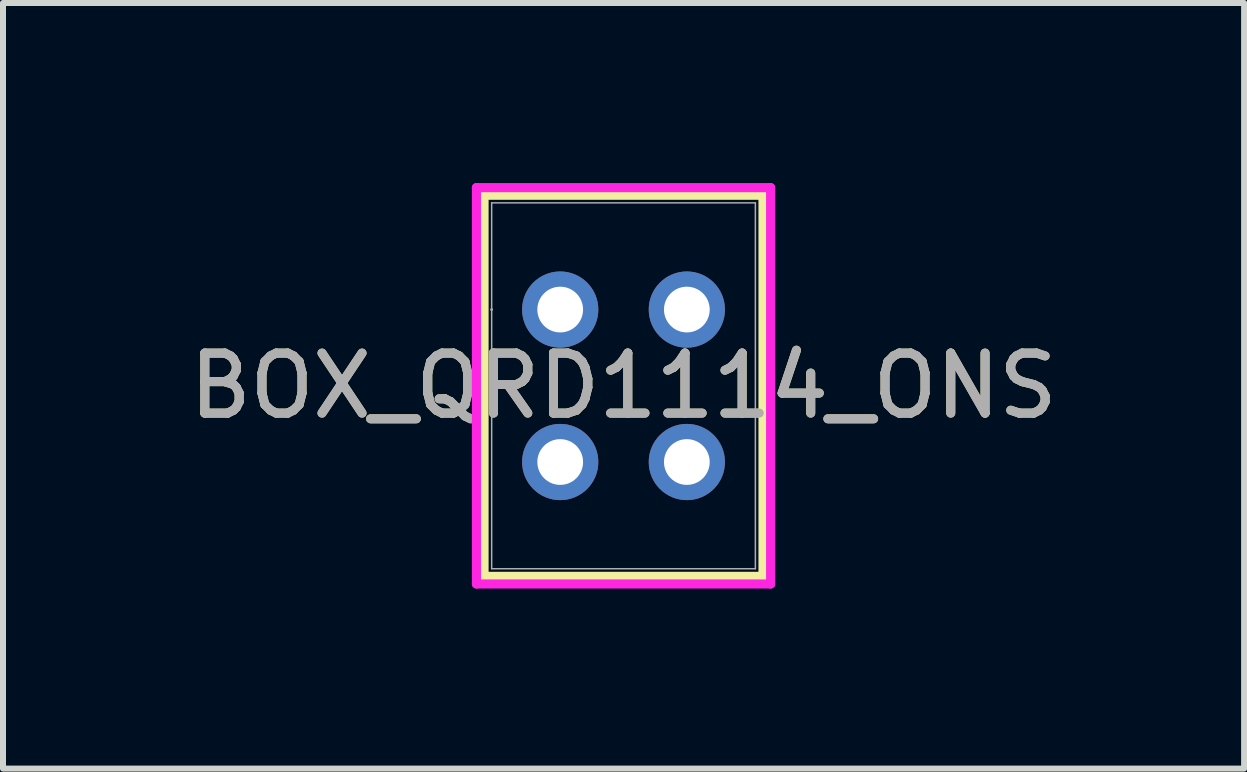
<source format=kicad_pcb>
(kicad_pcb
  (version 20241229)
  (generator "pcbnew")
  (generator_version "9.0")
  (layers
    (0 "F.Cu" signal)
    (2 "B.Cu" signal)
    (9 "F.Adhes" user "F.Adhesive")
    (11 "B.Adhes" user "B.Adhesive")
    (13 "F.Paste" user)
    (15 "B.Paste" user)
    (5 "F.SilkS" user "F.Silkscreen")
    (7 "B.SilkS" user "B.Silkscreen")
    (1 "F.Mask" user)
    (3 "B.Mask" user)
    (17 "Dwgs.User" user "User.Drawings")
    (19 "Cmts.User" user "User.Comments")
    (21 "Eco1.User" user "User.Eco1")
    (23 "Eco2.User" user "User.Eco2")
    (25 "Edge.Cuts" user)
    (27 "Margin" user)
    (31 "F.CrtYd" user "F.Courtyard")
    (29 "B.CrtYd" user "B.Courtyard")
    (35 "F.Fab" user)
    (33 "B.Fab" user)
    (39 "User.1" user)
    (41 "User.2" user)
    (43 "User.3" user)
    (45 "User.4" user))
  (footprint "BOX_QRD1114_ONS"
    (layer "F.Cu")
    (at 6.284 2.108)
    (property "Reference" "BOX_QRD1114_ONS" (at 1.055 1.27 0) (unlocked yes) (layer "F.SilkS") (effects (font (size 1 1) (thickness 0.15))))
    (attr through_hole)
    (fp_line (start -1.269 -1.905) (end -1.269 4.445) (stroke (width 0.152) (type solid)) (layer "F.SilkS"))
    (fp_line (start 3.379 -1.905) (end -1.269 -1.905) (stroke (width 0.152) (type solid)) (layer "F.SilkS"))
    (fp_line (start 3.379 -1.905) (end 3.379 4.445) (stroke (width 0.152) (type solid)) (layer "F.SilkS"))
    (fp_line (start 3.379 4.445) (end -1.269 4.445) (stroke (width 0.152) (type solid)) (layer "F.SilkS"))
    (fp_line (start -1.396 -2.032) (end 3.506 -2.032) (stroke (width 0.152) (type solid)) (layer "F.CrtYd"))
    (fp_line (start -1.396 4.572) (end -1.396 -2.032) (stroke (width 0.152) (type solid)) (layer "F.CrtYd"))
    (fp_line (start 3.506 -2.032) (end 3.506 4.572) (stroke (width 0.152) (type solid)) (layer "F.CrtYd"))
    (fp_line (start 3.506 4.572) (end -1.396 4.572) (stroke (width 0.152) (type solid)) (layer "F.CrtYd"))
    (fp_line (start -1.142 -1.778) (end -1.142 4.318) (stroke (width 0.025) (type solid)) (layer "F.Fab"))
    (fp_line (start 3.252 -1.778) (end -1.142 -1.778) (stroke (width 0.025) (type solid)) (layer "F.Fab"))
    (fp_line (start 3.252 -1.778) (end 3.252 4.318) (stroke (width 0.025) (type solid)) (layer "F.Fab"))
    (fp_line (start 3.252 4.318) (end -1.142 4.318) (stroke (width 0.025) (type solid)) (layer "F.Fab"))
    (fp_circle (center -1.143 0) (end -1.143 0) (stroke (width 0.025) (type solid)) (fill no) (layer "F.Fab"))
    (fp_text user "${REFERENCE}" (at 1.055 1.27 0) (unlocked yes) (layer "F.Fab") (effects (font (size 1 1) (thickness 0.15))))
    (pad "1" thru_hole circle (at 0 0) (size 1.27 1.27) (drill 0.762) (layers "*.Cu" "*.Mask"))
    (pad "2" thru_hole circle (at 0 2.54) (size 1.27 1.27) (drill 0.762) (layers "*.Cu" "*.Mask"))
    (pad "3" thru_hole circle (at 2.11 2.54) (size 1.27 1.27) (drill 0.762) (layers "*.Cu" "*.Mask"))
    (pad "4" thru_hole circle (at 2.11 0) (size 1.27 1.27) (drill 0.762) (layers "*.Cu" "*.Mask")))
  (gr_rect
    (start -3 -3)
    (end 17.679 9.756)
    (stroke (width 0.1) (type default))
    (fill no)
    (layer "Edge.Cuts")))
</source>
